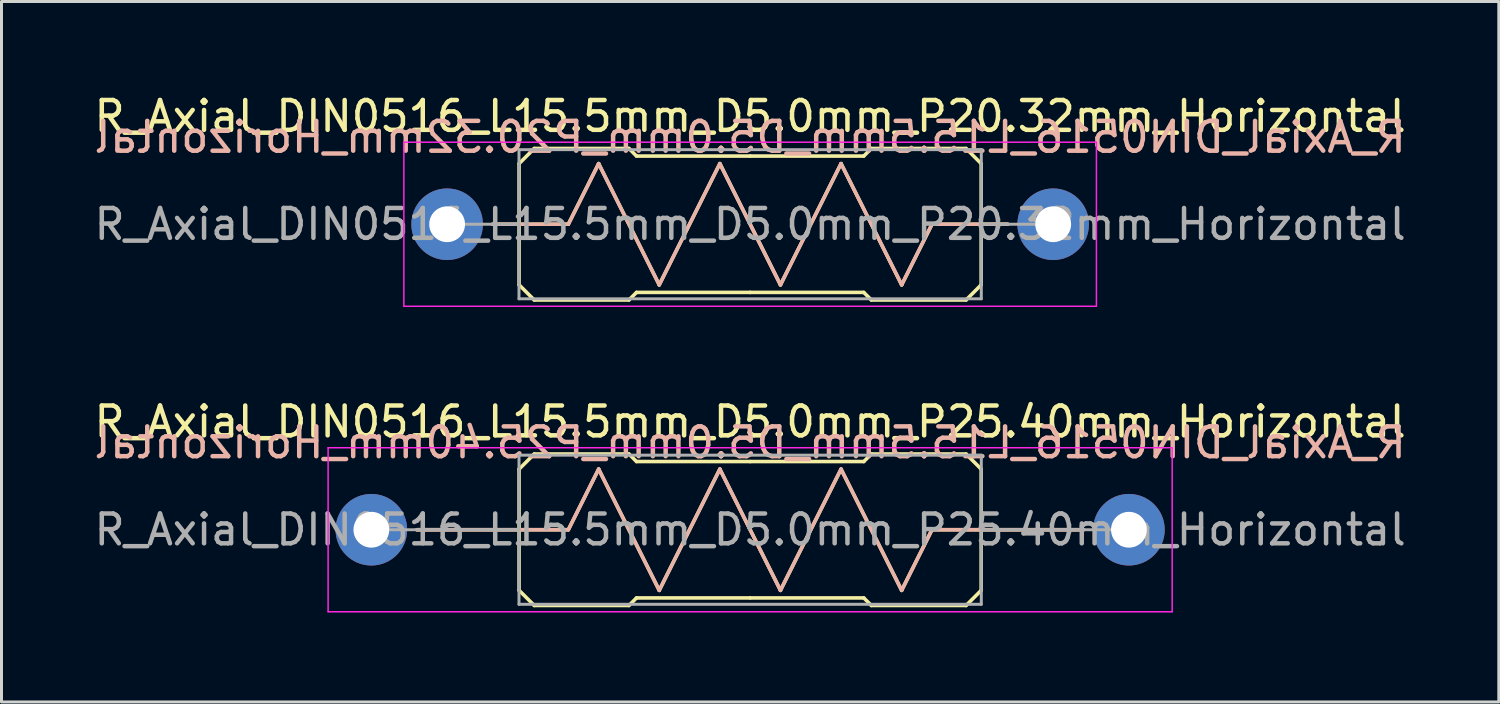
<source format=kicad_pcb>
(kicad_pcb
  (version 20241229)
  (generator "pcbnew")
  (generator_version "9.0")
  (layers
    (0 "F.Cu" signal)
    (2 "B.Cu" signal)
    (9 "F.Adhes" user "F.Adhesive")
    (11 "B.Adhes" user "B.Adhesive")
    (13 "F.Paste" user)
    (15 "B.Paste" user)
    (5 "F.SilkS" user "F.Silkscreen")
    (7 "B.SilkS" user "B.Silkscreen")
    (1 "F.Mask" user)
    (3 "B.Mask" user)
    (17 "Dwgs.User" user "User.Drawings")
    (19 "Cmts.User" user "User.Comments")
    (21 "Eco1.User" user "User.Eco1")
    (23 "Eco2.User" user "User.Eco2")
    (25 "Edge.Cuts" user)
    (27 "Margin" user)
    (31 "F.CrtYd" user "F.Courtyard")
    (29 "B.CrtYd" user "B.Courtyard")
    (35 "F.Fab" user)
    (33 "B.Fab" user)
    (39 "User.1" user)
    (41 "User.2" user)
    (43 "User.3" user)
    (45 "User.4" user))
  (footprint "R_Axial_DIN0516_L15.5mm_D5.0mm_P20.32mm_Horizontal"
    (layer "F.Cu")
    (at 11.941 4.468)
    (property "Reference" "R_Axial_DIN0516_L15.5mm_D5.0mm_P20.32mm_Horizontal" (at 10.16 -3.62 0) (layer "F.SilkS") (effects (font (size 1 1) (thickness 0.15))))
    (attr through_hole)
    (fp_line (start 2.413 -2.032) (end 2.921 -2.54) (stroke (width 0.12) (type solid)) (layer "F.SilkS"))
    (fp_line (start 2.413 0) (end 1.524 0) (stroke (width 0.12) (type solid)) (layer "F.SilkS"))
    (fp_line (start 2.413 2.032) (end 2.413 -2.032) (stroke (width 0.12) (type solid)) (layer "F.SilkS"))
    (fp_line (start 2.413 2.032) (end 2.921 2.54) (stroke (width 0.12) (type solid)) (layer "F.SilkS"))
    (fp_line (start 2.921 -2.54) (end 6.096 -2.54) (stroke (width 0.12) (type solid)) (layer "F.SilkS"))
    (fp_line (start 2.921 2.54) (end 6.096 2.54) (stroke (width 0.12) (type solid)) (layer "F.SilkS"))
    (fp_line (start 4.064 0) (end 2.413 0) (stroke (width 0.12) (type solid)) (layer "F.SilkS"))
    (fp_line (start 4.064 0) (end 5.08 -2.032) (stroke (width 0.12) (type solid)) (layer "F.SilkS"))
    (fp_line (start 5.08 -2.032) (end 7.112 2.032) (stroke (width 0.12) (type solid)) (layer "F.SilkS"))
    (fp_line (start 6.096 -2.54) (end 6.35 -2.286) (stroke (width 0.12) (type solid)) (layer "F.SilkS"))
    (fp_line (start 6.096 2.54) (end 6.35 2.286) (stroke (width 0.12) (type solid)) (layer "F.SilkS"))
    (fp_line (start 6.35 -2.286) (end 10.16 -2.286) (stroke (width 0.12) (type solid)) (layer "F.SilkS"))
    (fp_line (start 6.35 2.286) (end 10.16 2.286) (stroke (width 0.12) (type solid)) (layer "F.SilkS"))
    (fp_line (start 7.112 2.032) (end 9.144 -2.032) (stroke (width 0.12) (type solid)) (layer "F.SilkS"))
    (fp_line (start 9.144 -2.032) (end 11.176 2.032) (stroke (width 0.12) (type solid)) (layer "F.SilkS"))
    (fp_line (start 11.176 2.032) (end 13.208 -2.032) (stroke (width 0.12) (type solid)) (layer "F.SilkS"))
    (fp_line (start 13.208 -2.032) (end 15.24 2.032) (stroke (width 0.12) (type solid)) (layer "F.SilkS"))
    (fp_line (start 13.97 -2.286) (end 10.16 -2.286) (stroke (width 0.12) (type solid)) (layer "F.SilkS"))
    (fp_line (start 13.97 2.286) (end 10.16 2.286) (stroke (width 0.12) (type solid)) (layer "F.SilkS"))
    (fp_line (start 14.224 -2.54) (end 13.97 -2.286) (stroke (width 0.12) (type solid)) (layer "F.SilkS"))
    (fp_line (start 14.224 2.54) (end 13.97 2.286) (stroke (width 0.12) (type solid)) (layer "F.SilkS"))
    (fp_line (start 15.24 2.032) (end 16.256 0) (stroke (width 0.12) (type solid)) (layer "F.SilkS"))
    (fp_line (start 16.256 0) (end 17.907 0) (stroke (width 0.12) (type solid)) (layer "F.SilkS"))
    (fp_line (start 17.399 -2.54) (end 14.224 -2.54) (stroke (width 0.12) (type solid)) (layer "F.SilkS"))
    (fp_line (start 17.399 2.54) (end 14.224 2.54) (stroke (width 0.12) (type solid)) (layer "F.SilkS"))
    (fp_line (start 17.907 -2.032) (end 17.399 -2.54) (stroke (width 0.12) (type solid)) (layer "F.SilkS"))
    (fp_line (start 17.907 2.032) (end 17.399 2.54) (stroke (width 0.12) (type solid)) (layer "F.SilkS"))
    (fp_line (start 17.907 2.032) (end 17.907 -2.032) (stroke (width 0.12) (type solid)) (layer "F.SilkS"))
    (fp_line (start 18.796 0) (end 17.907 0) (stroke (width 0.12) (type solid)) (layer "F.SilkS"))
    (fp_line (start 1.524 0) (end 4.064 0) (stroke (width 0.12) (type solid)) (layer "B.SilkS"))
    (fp_line (start 4.064 0) (end 5.08 -2.032) (stroke (width 0.12) (type solid)) (layer "B.SilkS"))
    (fp_line (start 5.08 -2.032) (end 7.112 2.032) (stroke (width 0.12) (type solid)) (layer "B.SilkS"))
    (fp_line (start 7.112 2.032) (end 9.144 -2.032) (stroke (width 0.12) (type solid)) (layer "B.SilkS"))
    (fp_line (start 9.144 -2.032) (end 11.176 2.032) (stroke (width 0.12) (type solid)) (layer "B.SilkS"))
    (fp_line (start 11.176 2.032) (end 13.208 -2.032) (stroke (width 0.12) (type solid)) (layer "B.SilkS"))
    (fp_line (start 13.208 -2.032) (end 15.24 2.032) (stroke (width 0.12) (type solid)) (layer "B.SilkS"))
    (fp_line (start 15.24 2.032) (end 16.256 0) (stroke (width 0.12) (type solid)) (layer "B.SilkS"))
    (fp_line (start 16.256 0) (end 18.796 0) (stroke (width 0.12) (type solid)) (layer "B.SilkS"))
    (fp_line (start -1.45 -2.75) (end -1.45 2.75) (stroke (width 0.05) (type solid)) (layer "F.CrtYd"))
    (fp_line (start -1.45 2.75) (end 21.77 2.75) (stroke (width 0.05) (type solid)) (layer "F.CrtYd"))
    (fp_line (start 21.77 -2.75) (end -1.45 -2.75) (stroke (width 0.05) (type solid)) (layer "F.CrtYd"))
    (fp_line (start 21.77 2.75) (end 21.77 -2.75) (stroke (width 0.05) (type solid)) (layer "F.CrtYd"))
    (fp_line (start 0 0) (end 2.41 0) (stroke (width 0.1) (type solid)) (layer "F.Fab"))
    (fp_line (start 2.41 -2.5) (end 2.41 2.5) (stroke (width 0.1) (type solid)) (layer "F.Fab"))
    (fp_line (start 2.41 2.5) (end 17.91 2.5) (stroke (width 0.1) (type solid)) (layer "F.Fab"))
    (fp_line (start 17.91 -2.5) (end 2.41 -2.5) (stroke (width 0.1) (type solid)) (layer "F.Fab"))
    (fp_line (start 17.91 2.5) (end 17.91 -2.5) (stroke (width 0.1) (type solid)) (layer "F.Fab"))
    (fp_line (start 20.32 0) (end 17.91 0) (stroke (width 0.1) (type solid)) (layer "F.Fab"))
    (fp_text user "${REFERENCE}" (at 10.16 -2.921 0) (unlocked yes) (layer "B.SilkS") (effects (font (size 1 1) (thickness 0.15)) (justify mirror)))
    (fp_text user "${REFERENCE}" (at 10.16 0 0) (layer "F.Fab") (effects (font (size 1 1) (thickness 0.15))))
    (pad "1" thru_hole circle (at 0 0) (size 2.4 2.4) (drill 1.2) (layers "*.Cu" "*.Mask"))
    (pad "2" thru_hole oval (at 20.32 0) (size 2.4 2.4) (drill 1.2) (layers "*.Cu" "*.Mask")))
  (footprint "R_Axial_DIN0516_L15.5mm_D5.0mm_P25.40mm_Horizontal"
    (layer "F.Cu")
    (at 9.401 14.711)
    (property "Reference" "R_Axial_DIN0516_L15.5mm_D5.0mm_P25.40mm_Horizontal" (at 12.7 -3.62 0) (layer "F.SilkS") (effects (font (size 1 1) (thickness 0.15))))
    (attr through_hole)
    (fp_line (start 4.953 -2.032) (end 5.461 -2.54) (stroke (width 0.12) (type solid)) (layer "F.SilkS"))
    (fp_line (start 4.953 0) (end 1.524 0) (stroke (width 0.12) (type solid)) (layer "F.SilkS"))
    (fp_line (start 4.953 2.032) (end 4.953 -2.032) (stroke (width 0.12) (type solid)) (layer "F.SilkS"))
    (fp_line (start 4.953 2.032) (end 5.461 2.54) (stroke (width 0.12) (type solid)) (layer "F.SilkS"))
    (fp_line (start 5.461 -2.54) (end 8.636 -2.54) (stroke (width 0.12) (type solid)) (layer "F.SilkS"))
    (fp_line (start 5.461 2.54) (end 8.636 2.54) (stroke (width 0.12) (type solid)) (layer "F.SilkS"))
    (fp_line (start 6.604 0) (end 4.953 0) (stroke (width 0.12) (type solid)) (layer "F.SilkS"))
    (fp_line (start 6.604 0) (end 7.62 -2.032) (stroke (width 0.12) (type solid)) (layer "F.SilkS"))
    (fp_line (start 7.62 -2.032) (end 9.652 2.032) (stroke (width 0.12) (type solid)) (layer "F.SilkS"))
    (fp_line (start 8.636 -2.54) (end 8.89 -2.286) (stroke (width 0.12) (type solid)) (layer "F.SilkS"))
    (fp_line (start 8.636 2.54) (end 8.89 2.286) (stroke (width 0.12) (type solid)) (layer "F.SilkS"))
    (fp_line (start 8.89 -2.286) (end 12.7 -2.286) (stroke (width 0.12) (type solid)) (layer "F.SilkS"))
    (fp_line (start 8.89 2.286) (end 12.7 2.286) (stroke (width 0.12) (type solid)) (layer "F.SilkS"))
    (fp_line (start 9.652 2.032) (end 11.684 -2.032) (stroke (width 0.12) (type solid)) (layer "F.SilkS"))
    (fp_line (start 11.684 -2.032) (end 13.716 2.032) (stroke (width 0.12) (type solid)) (layer "F.SilkS"))
    (fp_line (start 13.716 2.032) (end 15.748 -2.032) (stroke (width 0.12) (type solid)) (layer "F.SilkS"))
    (fp_line (start 15.748 -2.032) (end 17.78 2.032) (stroke (width 0.12) (type solid)) (layer "F.SilkS"))
    (fp_line (start 16.51 -2.286) (end 12.7 -2.286) (stroke (width 0.12) (type solid)) (layer "F.SilkS"))
    (fp_line (start 16.51 2.286) (end 12.7 2.286) (stroke (width 0.12) (type solid)) (layer "F.SilkS"))
    (fp_line (start 16.764 -2.54) (end 16.51 -2.286) (stroke (width 0.12) (type solid)) (layer "F.SilkS"))
    (fp_line (start 16.764 2.54) (end 16.51 2.286) (stroke (width 0.12) (type solid)) (layer "F.SilkS"))
    (fp_line (start 17.78 2.032) (end 18.796 0) (stroke (width 0.12) (type solid)) (layer "F.SilkS"))
    (fp_line (start 18.796 0) (end 20.447 0) (stroke (width 0.12) (type solid)) (layer "F.SilkS"))
    (fp_line (start 19.939 -2.54) (end 16.764 -2.54) (stroke (width 0.12) (type solid)) (layer "F.SilkS"))
    (fp_line (start 19.939 2.54) (end 16.764 2.54) (stroke (width 0.12) (type solid)) (layer "F.SilkS"))
    (fp_line (start 20.447 -2.032) (end 19.939 -2.54) (stroke (width 0.12) (type solid)) (layer "F.SilkS"))
    (fp_line (start 20.447 2.032) (end 19.939 2.54) (stroke (width 0.12) (type solid)) (layer "F.SilkS"))
    (fp_line (start 20.447 2.032) (end 20.447 -2.032) (stroke (width 0.12) (type solid)) (layer "F.SilkS"))
    (fp_line (start 23.876 0) (end 20.447 0) (stroke (width 0.12) (type solid)) (layer "F.SilkS"))
    (fp_line (start 1.524 0) (end 6.604 0) (stroke (width 0.12) (type solid)) (layer "B.SilkS"))
    (fp_line (start 6.604 0) (end 7.62 -2.032) (stroke (width 0.12) (type solid)) (layer "B.SilkS"))
    (fp_line (start 7.62 -2.032) (end 9.652 2.032) (stroke (width 0.12) (type solid)) (layer "B.SilkS"))
    (fp_line (start 9.652 2.032) (end 11.684 -2.032) (stroke (width 0.12) (type solid)) (layer "B.SilkS"))
    (fp_line (start 11.684 -2.032) (end 13.716 2.032) (stroke (width 0.12) (type solid)) (layer "B.SilkS"))
    (fp_line (start 13.716 2.032) (end 15.748 -2.032) (stroke (width 0.12) (type solid)) (layer "B.SilkS"))
    (fp_line (start 15.748 -2.032) (end 17.78 2.032) (stroke (width 0.12) (type solid)) (layer "B.SilkS"))
    (fp_line (start 17.78 2.032) (end 18.796 0) (stroke (width 0.12) (type solid)) (layer "B.SilkS"))
    (fp_line (start 18.796 0) (end 23.876 0) (stroke (width 0.12) (type solid)) (layer "B.SilkS"))
    (fp_line (start -1.45 -2.75) (end -1.45 2.75) (stroke (width 0.05) (type solid)) (layer "F.CrtYd"))
    (fp_line (start -1.45 2.75) (end 26.85 2.75) (stroke (width 0.05) (type solid)) (layer "F.CrtYd"))
    (fp_line (start 26.85 -2.75) (end -1.45 -2.75) (stroke (width 0.05) (type solid)) (layer "F.CrtYd"))
    (fp_line (start 26.85 2.75) (end 26.85 -2.75) (stroke (width 0.05) (type solid)) (layer "F.CrtYd"))
    (fp_line (start 0 0) (end 4.95 0) (stroke (width 0.1) (type solid)) (layer "F.Fab"))
    (fp_line (start 4.95 -2.5) (end 4.95 2.5) (stroke (width 0.1) (type solid)) (layer "F.Fab"))
    (fp_line (start 4.95 2.5) (end 20.45 2.5) (stroke (width 0.1) (type solid)) (layer "F.Fab"))
    (fp_line (start 20.45 -2.5) (end 4.95 -2.5) (stroke (width 0.1) (type solid)) (layer "F.Fab"))
    (fp_line (start 20.45 2.5) (end 20.45 -2.5) (stroke (width 0.1) (type solid)) (layer "F.Fab"))
    (fp_line (start 25.4 0) (end 20.45 0) (stroke (width 0.1) (type solid)) (layer "F.Fab"))
    (fp_text user "${REFERENCE}" (at 12.7 -2.921 0) (unlocked yes) (layer "B.SilkS") (effects (font (size 1 1) (thickness 0.15)) (justify mirror)))
    (fp_text user "${REFERENCE}" (at 12.7 0 0) (layer "F.Fab") (effects (font (size 1 1) (thickness 0.15))))
    (pad "1" thru_hole circle (at 0 0) (size 2.4 2.4) (drill 1.2) (layers "*.Cu" "*.Mask"))
    (pad "2" thru_hole oval (at 25.4 0) (size 2.4 2.4) (drill 1.2) (layers "*.Cu" "*.Mask")))
  (gr_rect
    (start -3 -3)
    (end 47.202 20.486)
    (stroke (width 0.1) (type default))
    (fill no)
    (layer "Edge.Cuts")))
</source>
